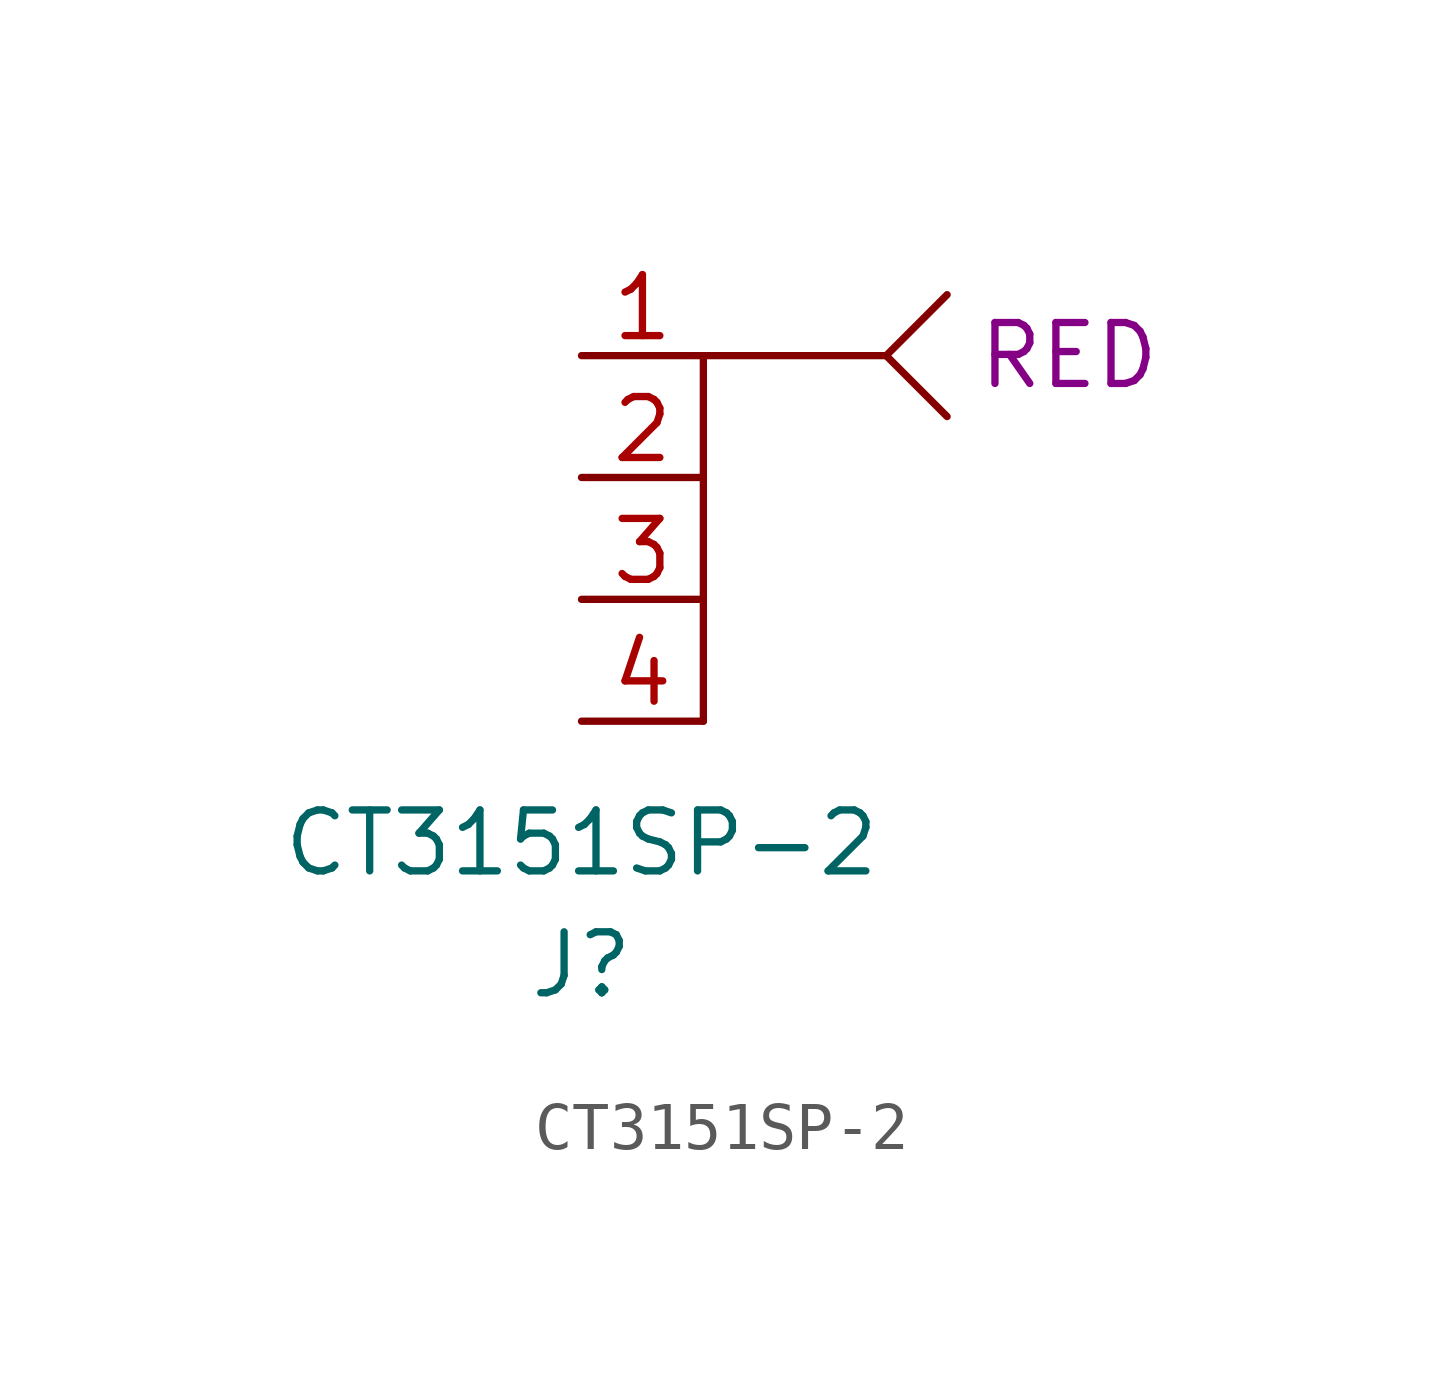
<source format=kicad_sym>
(kicad_symbol_lib
  (version 20211014)
  (generator kicad_symbol_editor)
  (symbol "CT3151SP-2"
    (property "Reference" "J"
      (at 0 0 0)
      (effects (font (size 1.27 1.27))))
    (property "Value" "CT3151SP-2"
      (at 0 2.54 0)
      (effects (font (size 1.27 1.27))))
    (property "Color" "RED"
      (at 10.16 12.7 0)
      (effects (font (size 1.27 1.27))))
    (symbol "CT3151SP-2_0_1"
      (polyline (pts (xy 6.35 12.7) (xy 7.62 11.43)) (stroke (width 0) (type default) (color 0 0 0 0)) (fill (type none)))
      (polyline (pts (xy 2.54 5.08) (xy 2.54 12.7) (xy 6.35 12.7) (xy 7.62 13.97)) (stroke (width 0) (type default) (color 0 0 0 0)) (fill (type none))))
    (symbol "CT3151SP-2_1_1"
      (pin passive line (at 0 12.7 0) (length 2.54) (name "" (effects (font (size 1.27 1.27)))) (number "1" (effects (font (size 1.27 1.27)))))
      (pin passive line (at 0 10.16 0) (length 2.54) (name "" (effects (font (size 1.27 1.27)))) (number "2" (effects (font (size 1.27 1.27)))))
      (pin passive line (at 0 7.62 0) (length 2.54) (name "" (effects (font (size 1.27 1.27)))) (number "3" (effects (font (size 1.27 1.27)))))
      (pin passive line (at 0 5.08 0) (length 2.54) (name "" (effects (font (size 1.27 1.27)))) (number "4" (effects (font (size 1.27 1.27))))))))
</source>
